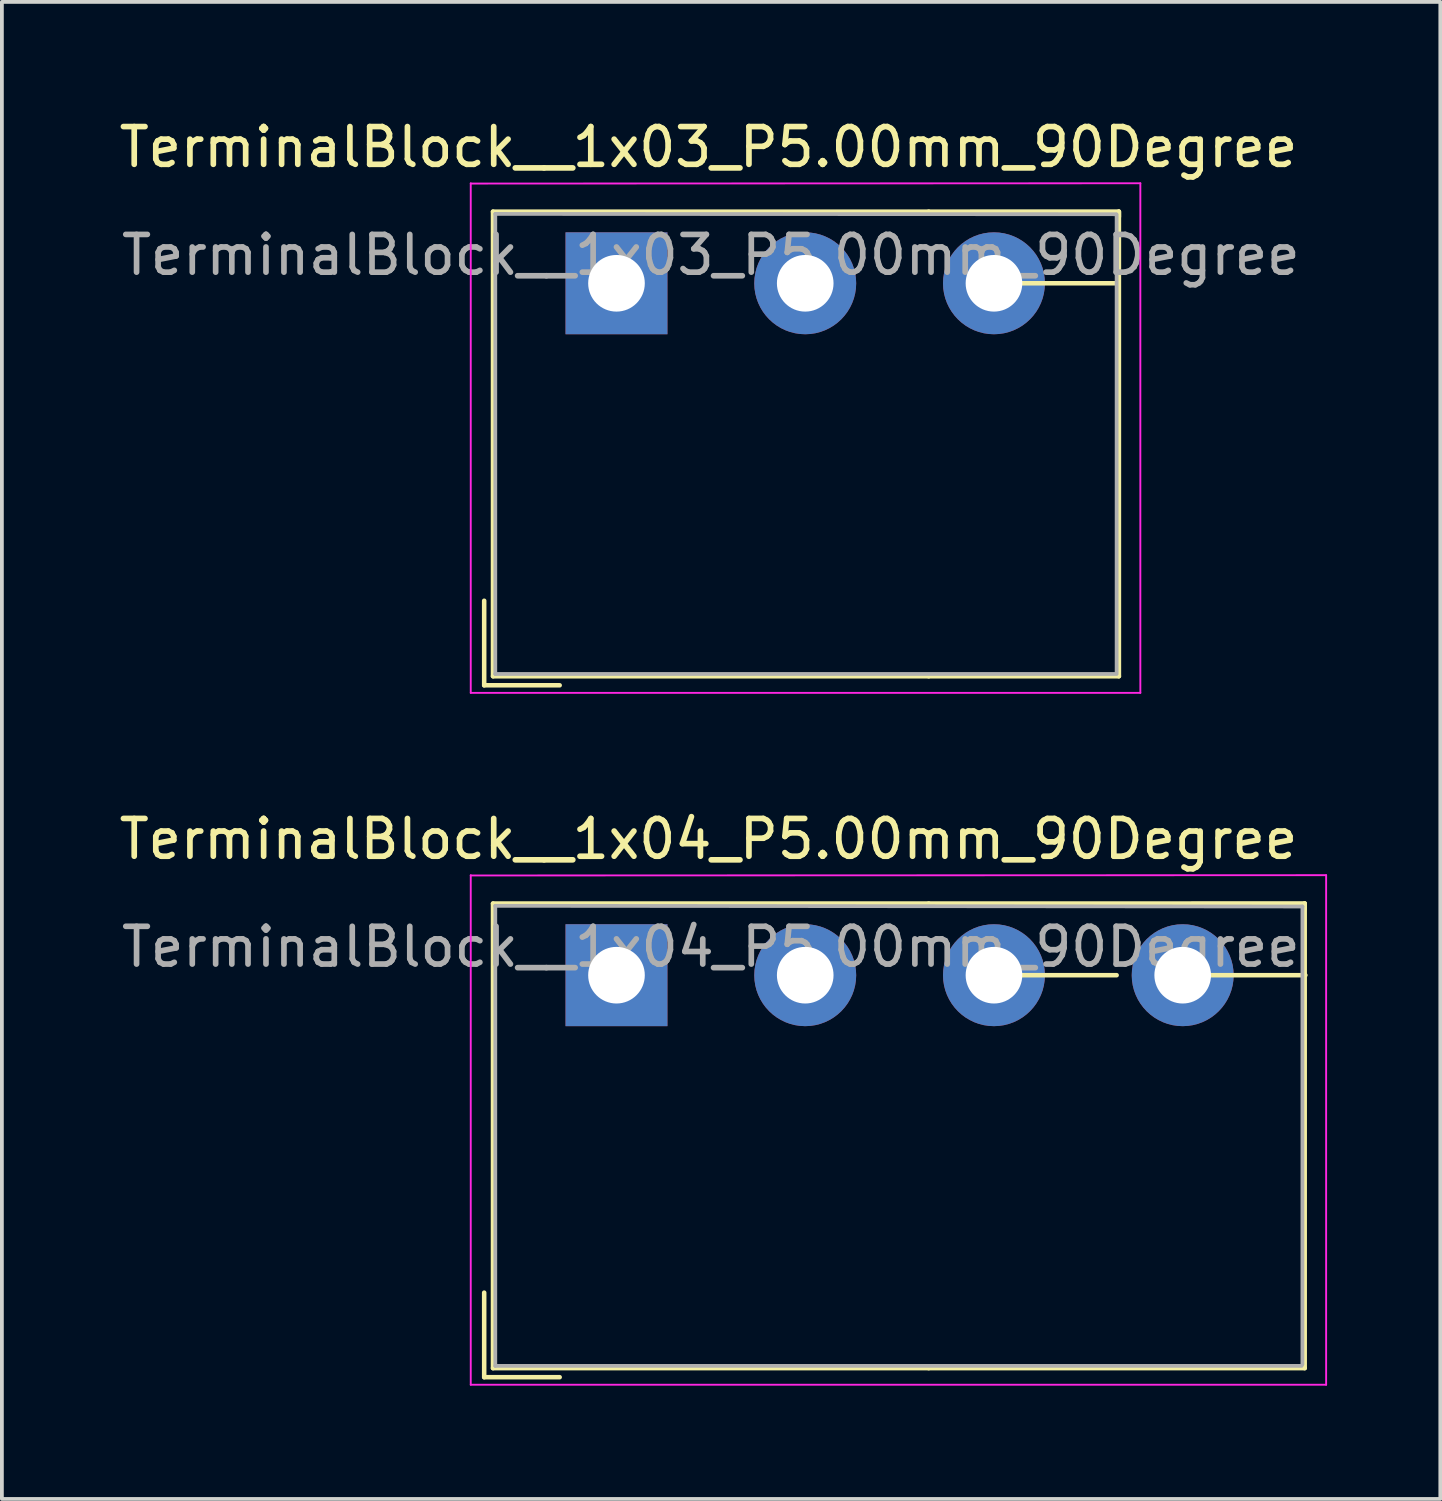
<source format=kicad_pcb>
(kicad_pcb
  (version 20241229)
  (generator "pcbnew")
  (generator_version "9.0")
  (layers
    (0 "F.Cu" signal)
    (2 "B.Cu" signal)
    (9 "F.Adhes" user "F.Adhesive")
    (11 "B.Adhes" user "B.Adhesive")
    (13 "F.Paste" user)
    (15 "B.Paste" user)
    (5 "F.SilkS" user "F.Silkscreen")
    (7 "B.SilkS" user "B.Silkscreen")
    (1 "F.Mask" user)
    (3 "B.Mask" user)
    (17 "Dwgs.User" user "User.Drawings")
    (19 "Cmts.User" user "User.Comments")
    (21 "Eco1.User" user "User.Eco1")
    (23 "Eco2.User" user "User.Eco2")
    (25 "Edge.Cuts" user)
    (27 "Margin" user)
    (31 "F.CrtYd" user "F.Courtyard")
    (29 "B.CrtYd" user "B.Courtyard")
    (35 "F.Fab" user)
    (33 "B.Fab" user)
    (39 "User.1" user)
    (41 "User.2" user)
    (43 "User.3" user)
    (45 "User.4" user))
  (footprint "TerminalBlock__1x03_P5.00mm_90Degree"
    (layer "F.Cu")
    (at 13.282 4.455)
    (property "Reference" "TerminalBlock__1x03_P5.00mm_90Degree" (at 2.438 -3.607 0) (layer "F.SilkS") (effects (font (size 1 1) (thickness 0.15))))
    (attr through_hole)
    (fp_line (start -3.505 8.41) (end -3.505 10.65) (stroke (width 0.12) (type solid)) (layer "F.SilkS"))
    (fp_line (start -3.505 10.65) (end -1.505 10.65) (stroke (width 0.12) (type solid)) (layer "F.SilkS"))
    (fp_line (start -3.271 -1.898) (end -3.271 10.41) (stroke (width 0.12) (type solid)) (layer "F.SilkS"))
    (fp_line (start -3.271 -1.898) (end 8.271 -1.898) (stroke (width 0.12) (type solid)) (layer "F.SilkS"))
    (fp_line (start -3.271 10.41) (end 8.271 10.41) (stroke (width 0.12) (type solid)) (layer "F.SilkS"))
    (fp_line (start 8.271 -1.898) (end 13.3 -1.9) (stroke (width 0.12) (type solid)) (layer "F.SilkS"))
    (fp_line (start 8.271 10.41) (end 13.31 10.41) (stroke (width 0.12) (type solid)) (layer "F.SilkS"))
    (fp_line (start 10 0) (end 13.25 0) (stroke (width 0.12) (type solid)) (layer "F.SilkS"))
    (fp_line (start 13.31 -1.898) (end 13.31 10.41) (stroke (width 0.12) (type solid)) (layer "F.SilkS"))
    (fp_line (start 13.31 -1.76) (end 13.31 -1.9) (stroke (width 0.12) (type solid)) (layer "F.SilkS"))
    (fp_line (start -3.861 -2.65) (end -3.861 10.85) (stroke (width 0.05) (type solid)) (layer "F.CrtYd"))
    (fp_line (start -3.861 10.85) (end 13.878 10.85) (stroke (width 0.05) (type solid)) (layer "F.CrtYd"))
    (fp_line (start 13.878 -2.65) (end -3.861 -2.642) (stroke (width 0.05) (type solid)) (layer "F.CrtYd"))
    (fp_line (start 13.878 10.85) (end 13.878 -2.65) (stroke (width 0.05) (type solid)) (layer "F.CrtYd"))
    (fp_line (start -3.211 -1.838) (end 13.24 -1.83) (stroke (width 0.1) (type solid)) (layer "F.Fab"))
    (fp_line (start -3.211 10.35) (end -3.211 -1.838) (stroke (width 0.1) (type solid)) (layer "F.Fab"))
    (fp_line (start 13.25 -1.82) (end 13.25 10.31) (stroke (width 0.1) (type solid)) (layer "F.Fab"))
    (fp_line (start 13.25 10.35) (end -3.211 10.35) (stroke (width 0.1) (type solid)) (layer "F.Fab"))
    (fp_text user "${REFERENCE}" (at 2.5 -0.75 0) (layer "F.Fab") (effects (font (size 1 1) (thickness 0.15))))
    (pad "1" thru_hole rect (at 0 0) (size 2.7 2.7) (drill 1.5) (layers "*.Cu" "*.Mask"))
    (pad "2" thru_hole circle (at 5 0) (size 2.7 2.7) (drill 1.5) (layers "*.Cu" "*.Mask"))
    (pad "3" thru_hole circle (at 10 0) (size 2.7 2.7) (drill 1.5) (layers "*.Cu" "*.Mask")))
  (footprint "TerminalBlock__1x04_P5.00mm_90Degree"
    (layer "F.Cu")
    (at 13.282 22.785)
    (property "Reference" "TerminalBlock__1x04_P5.00mm_90Degree" (at 2.438 -3.607 0) (layer "F.SilkS") (effects (font (size 1 1) (thickness 0.15))))
    (attr through_hole)
    (fp_line (start -3.505 8.41) (end -3.505 10.65) (stroke (width 0.12) (type solid)) (layer "F.SilkS"))
    (fp_line (start -3.505 10.65) (end -1.505 10.65) (stroke (width 0.12) (type solid)) (layer "F.SilkS"))
    (fp_line (start -3.271 -1.898) (end -3.271 10.41) (stroke (width 0.12) (type solid)) (layer "F.SilkS"))
    (fp_line (start -3.271 -1.898) (end 8.271 -1.898) (stroke (width 0.12) (type solid)) (layer "F.SilkS"))
    (fp_line (start -3.271 10.41) (end 8.271 10.41) (stroke (width 0.12) (type solid)) (layer "F.SilkS"))
    (fp_line (start 8.271 -1.898) (end 18.232 -1.9) (stroke (width 0.12) (type solid)) (layer "F.SilkS"))
    (fp_line (start 8.271 10.41) (end 18.232 10.41) (stroke (width 0.12) (type solid)) (layer "F.SilkS"))
    (fp_line (start 10 0) (end 13.25 0) (stroke (width 0.12) (type solid)) (layer "F.SilkS"))
    (fp_line (start 15 0) (end 18.25 0) (stroke (width 0.12) (type solid)) (layer "F.SilkS"))
    (fp_line (start 18.232 -1.898) (end 18.232 10.41) (stroke (width 0.12) (type solid)) (layer "F.SilkS"))
    (fp_line (start 18.232 -1.76) (end 18.232 -1.9) (stroke (width 0.12) (type solid)) (layer "F.SilkS"))
    (fp_line (start -3.861 -2.65) (end -3.861 10.85) (stroke (width 0.05) (type solid)) (layer "F.CrtYd"))
    (fp_line (start -3.861 10.85) (end 18.8 10.85) (stroke (width 0.05) (type solid)) (layer "F.CrtYd"))
    (fp_line (start 18.8 -2.65) (end -3.861 -2.642) (stroke (width 0.05) (type solid)) (layer "F.CrtYd"))
    (fp_line (start 18.8 10.85) (end 18.8 -2.65) (stroke (width 0.05) (type solid)) (layer "F.CrtYd"))
    (fp_line (start -3.211 -1.838) (end 18.172 -1.82) (stroke (width 0.1) (type solid)) (layer "F.Fab"))
    (fp_line (start -3.211 10.35) (end -3.211 -1.838) (stroke (width 0.1) (type solid)) (layer "F.Fab"))
    (fp_line (start 18.15 10.35) (end -3.211 10.35) (stroke (width 0.1) (type solid)) (layer "F.Fab"))
    (fp_line (start 18.172 -1.82) (end 18.172 10.31) (stroke (width 0.1) (type solid)) (layer "F.Fab"))
    (fp_text user "${REFERENCE}" (at 2.5 -0.75 0) (layer "F.Fab") (effects (font (size 1 1) (thickness 0.15))))
    (pad "1" thru_hole rect (at 0 0) (size 2.7 2.7) (drill 1.5) (layers "*.Cu" "*.Mask"))
    (pad "2" thru_hole circle (at 5 0) (size 2.7 2.7) (drill 1.5) (layers "*.Cu" "*.Mask"))
    (pad "3" thru_hole circle (at 10 0) (size 2.7 2.7) (drill 1.5) (layers "*.Cu" "*.Mask"))
    (pad "4" thru_hole circle (at 15 0) (size 2.7 2.7) (drill 1.5) (layers "*.Cu" "*.Mask")))
  (gr_rect
    (start -3 -3)
    (end 35.107 36.66)
    (stroke (width 0.1) (type default))
    (fill no)
    (layer "Edge.Cuts")))
</source>
